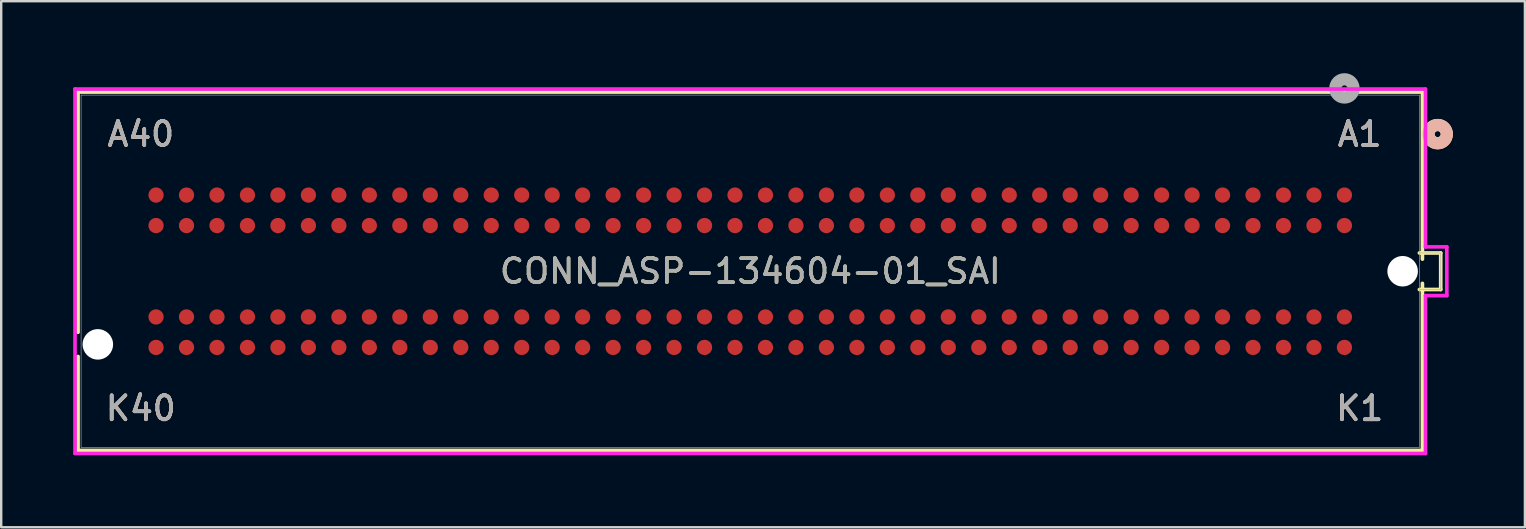
<source format=kicad_pcb>
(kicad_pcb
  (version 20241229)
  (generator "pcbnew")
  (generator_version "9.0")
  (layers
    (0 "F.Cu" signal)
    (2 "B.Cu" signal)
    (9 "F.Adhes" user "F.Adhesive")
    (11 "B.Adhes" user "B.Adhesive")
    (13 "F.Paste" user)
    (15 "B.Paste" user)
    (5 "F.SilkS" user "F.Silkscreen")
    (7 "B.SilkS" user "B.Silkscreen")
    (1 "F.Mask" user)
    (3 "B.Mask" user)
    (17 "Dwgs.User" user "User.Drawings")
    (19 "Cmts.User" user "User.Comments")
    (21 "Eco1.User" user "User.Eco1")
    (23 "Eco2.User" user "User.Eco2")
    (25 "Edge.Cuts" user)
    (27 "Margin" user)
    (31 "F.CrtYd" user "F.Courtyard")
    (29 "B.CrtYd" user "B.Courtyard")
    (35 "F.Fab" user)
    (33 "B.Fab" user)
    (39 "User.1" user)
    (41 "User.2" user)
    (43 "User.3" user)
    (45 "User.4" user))
  (footprint "CONN_ASP-134604-01_SAI"
    (layer "F.Cu")
    (at 28.219 8.255)
    (property "Reference" "CONN_ASP-134604-01_SAI" (at 0 0 0) (unlocked yes) (layer "F.SilkS") (effects (font (size 1 1) (thickness 0.15))))
    (attr smd)
    (fp_line (start -28.016 -7.468) (end -28.016 2.543) (stroke (width 0.152) (type solid)) (layer "F.SilkS"))
    (fp_line (start -28.016 3.553) (end -28.016 7.468) (stroke (width 0.152) (type solid)) (layer "F.SilkS"))
    (fp_line (start -28.016 7.468) (end 28.016 7.468) (stroke (width 0.152) (type solid)) (layer "F.SilkS"))
    (fp_line (start 27.889 0.762) (end 28.778 0.762) (stroke (width 0.152) (type solid)) (layer "F.SilkS"))
    (fp_line (start 28.016 -7.468) (end -28.016 -7.468) (stroke (width 0.152) (type solid)) (layer "F.SilkS"))
    (fp_line (start 28.016 -0.505) (end 28.016 -7.468) (stroke (width 0.152) (type solid)) (layer "F.SilkS"))
    (fp_line (start 28.016 7.468) (end 28.016 0.505) (stroke (width 0.152) (type solid)) (layer "F.SilkS"))
    (fp_line (start 28.778 -0.762) (end 27.889 -0.762) (stroke (width 0.152) (type solid)) (layer "F.SilkS"))
    (fp_line (start 28.778 0.762) (end 28.778 -0.762) (stroke (width 0.152) (type solid)) (layer "F.SilkS"))
    (fp_circle (center 28.651 -5.715) (end 29.032 -5.715) (stroke (width 0.508) (type solid)) (fill no) (layer "F.SilkS"))
    (fp_circle (center 28.651 -5.715) (end 29.032 -5.715) (stroke (width 0.508) (type solid)) (fill no) (layer "B.SilkS"))
    (fp_line (start -28.143 -7.595) (end -28.143 7.595) (stroke (width 0.152) (type solid)) (layer "F.CrtYd"))
    (fp_line (start -28.143 7.595) (end 28.143 7.595) (stroke (width 0.152) (type solid)) (layer "F.CrtYd"))
    (fp_line (start 28.143 -7.595) (end -28.143 -7.595) (stroke (width 0.152) (type solid)) (layer "F.CrtYd"))
    (fp_line (start 28.143 -1.016) (end 28.143 -7.595) (stroke (width 0.152) (type solid)) (layer "F.CrtYd"))
    (fp_line (start 28.143 1.016) (end 29.032 1.016) (stroke (width 0.152) (type solid)) (layer "F.CrtYd"))
    (fp_line (start 28.143 7.595) (end 28.143 1.016) (stroke (width 0.152) (type solid)) (layer "F.CrtYd"))
    (fp_line (start 29.032 -1.016) (end 28.143 -1.016) (stroke (width 0.152) (type solid)) (layer "F.CrtYd"))
    (fp_line (start 29.032 1.016) (end 29.032 -1.016) (stroke (width 0.152) (type solid)) (layer "F.CrtYd"))
    (fp_line (start -27.889 -7.341) (end -27.889 7.341) (stroke (width 0.025) (type solid)) (layer "F.Fab"))
    (fp_line (start -27.889 7.341) (end 27.889 7.341) (stroke (width 0.025) (type solid)) (layer "F.Fab"))
    (fp_line (start 27.889 -7.341) (end -27.889 -7.341) (stroke (width 0.025) (type solid)) (layer "F.Fab"))
    (fp_line (start 27.889 0.762) (end 28.778 0.762) (stroke (width 0.025) (type solid)) (layer "F.Fab"))
    (fp_line (start 27.889 7.341) (end 27.889 -7.341) (stroke (width 0.025) (type solid)) (layer "F.Fab"))
    (fp_line (start 28.778 -0.762) (end 27.889 -0.762) (stroke (width 0.025) (type solid)) (layer "F.Fab"))
    (fp_line (start 28.778 0.762) (end 28.778 -0.762) (stroke (width 0.025) (type solid)) (layer "F.Fab"))
    (fp_circle (center 24.765 -7.62) (end 25.146 -7.62) (stroke (width 0.508) (type solid)) (fill no) (layer "F.Fab"))
    (fp_text user "A40" (at -25.4 -5.715 0) (unlocked yes) (layer "F.SilkS") (effects (font (size 1 1) (thickness 0.15))))
    (fp_text user "K1" (at 25.4 5.715 0) (unlocked yes) (layer "F.SilkS") (effects (font (size 1 1) (thickness 0.15))))
    (fp_text user "K40" (at -25.4 5.715 0) (unlocked yes) (layer "F.SilkS") (effects (font (size 1 1) (thickness 0.15))))
    (fp_text user "A1" (at 25.4 -5.715 0) (unlocked yes) (layer "F.SilkS") (effects (font (size 1 1) (thickness 0.15))))
    (fp_text user "K40" (at -25.4 5.715 0) (unlocked yes) (layer "B.SilkS") (effects (font (size 1 1) (thickness 0.15))))
    (fp_text user "A1" (at 25.4 -5.715 0) (unlocked yes) (layer "B.SilkS") (effects (font (size 1 1) (thickness 0.15))))
    (fp_text user "K1" (at 25.4 5.715 0) (unlocked yes) (layer "B.SilkS") (effects (font (size 1 1) (thickness 0.15))))
    (fp_text user "A40" (at -25.4 -5.715 0) (unlocked yes) (layer "B.SilkS") (effects (font (size 1 1) (thickness 0.15))))
    (fp_text user "${REFERENCE}" (at 0 0 0) (unlocked yes) (layer "F.Fab") (effects (font (size 1 1) (thickness 0.15))))
    (fp_text user "K40" (at -25.4 5.715 0) (unlocked yes) (layer "F.Fab") (effects (font (size 1 1) (thickness 0.15))))
    (fp_text user "A40" (at -25.4 -5.715 0) (unlocked yes) (layer "F.Fab") (effects (font (size 1 1) (thickness 0.15))))
    (fp_text user "A1" (at 25.4 -5.715 0) (unlocked yes) (layer "F.Fab") (effects (font (size 1 1) (thickness 0.15))))
    (fp_text user "K1" (at 25.4 5.715 0) (unlocked yes) (layer "F.Fab") (effects (font (size 1 1) (thickness 0.15))))
    (pad "" np_thru_hole circle (at -27.191 3.048) (size 1.27 1.27) (drill 1.27) (layers "*.Cu" "*.Mask"))
    (pad "" np_thru_hole circle (at 27.191 0) (size 1.27 1.27) (drill 1.27) (layers "*.Cu" "*.Mask"))
    (pad "C1" smd circle (at 24.765 -3.175) (size 0.635 0.635) (layers "F.Cu" "F.Mask" "F.Paste"))
    (pad "C2" smd circle (at 23.495 -3.175) (size 0.635 0.635) (layers "F.Cu" "F.Mask" "F.Paste"))
    (pad "C3" smd circle (at 22.225 -3.175) (size 0.635 0.635) (layers "F.Cu" "F.Mask" "F.Paste"))
    (pad "C4" smd circle (at 20.955 -3.175) (size 0.635 0.635) (layers "F.Cu" "F.Mask" "F.Paste"))
    (pad "C5" smd circle (at 19.685 -3.175) (size 0.635 0.635) (layers "F.Cu" "F.Mask" "F.Paste"))
    (pad "C6" smd circle (at 18.415 -3.175) (size 0.635 0.635) (layers "F.Cu" "F.Mask" "F.Paste"))
    (pad "C7" smd circle (at 17.145 -3.175) (size 0.635 0.635) (layers "F.Cu" "F.Mask" "F.Paste"))
    (pad "C8" smd circle (at 15.875 -3.175) (size 0.635 0.635) (layers "F.Cu" "F.Mask" "F.Paste"))
    (pad "C9" smd circle (at 14.605 -3.175) (size 0.635 0.635) (layers "F.Cu" "F.Mask" "F.Paste"))
    (pad "C10" smd circle (at 13.335 -3.175) (size 0.635 0.635) (layers "F.Cu" "F.Mask" "F.Paste"))
    (pad "C11" smd circle (at 12.065 -3.175) (size 0.635 0.635) (layers "F.Cu" "F.Mask" "F.Paste"))
    (pad "C12" smd circle (at 10.795 -3.175) (size 0.635 0.635) (layers "F.Cu" "F.Mask" "F.Paste"))
    (pad "C13" smd circle (at 9.525 -3.175) (size 0.635 0.635) (layers "F.Cu" "F.Mask" "F.Paste"))
    (pad "C14" smd circle (at 8.255 -3.175) (size 0.635 0.635) (layers "F.Cu" "F.Mask" "F.Paste"))
    (pad "C15" smd circle (at 6.985 -3.175) (size 0.635 0.635) (layers "F.Cu" "F.Mask" "F.Paste"))
    (pad "C16" smd circle (at 5.715 -3.175) (size 0.635 0.635) (layers "F.Cu" "F.Mask" "F.Paste"))
    (pad "C17" smd circle (at 4.445 -3.175) (size 0.635 0.635) (layers "F.Cu" "F.Mask" "F.Paste"))
    (pad "C18" smd circle (at 3.175 -3.175) (size 0.635 0.635) (layers "F.Cu" "F.Mask" "F.Paste"))
    (pad "C19" smd circle (at 1.905 -3.175) (size 0.635 0.635) (layers "F.Cu" "F.Mask" "F.Paste"))
    (pad "C20" smd circle (at 0.635 -3.175) (size 0.635 0.635) (layers "F.Cu" "F.Mask" "F.Paste"))
    (pad "C21" smd circle (at -0.635 -3.175) (size 0.635 0.635) (layers "F.Cu" "F.Mask" "F.Paste"))
    (pad "C22" smd circle (at -1.905 -3.175) (size 0.635 0.635) (layers "F.Cu" "F.Mask" "F.Paste"))
    (pad "C23" smd circle (at -3.175 -3.175) (size 0.635 0.635) (layers "F.Cu" "F.Mask" "F.Paste"))
    (pad "C24" smd circle (at -4.445 -3.175) (size 0.635 0.635) (layers "F.Cu" "F.Mask" "F.Paste"))
    (pad "C25" smd circle (at -5.715 -3.175) (size 0.635 0.635) (layers "F.Cu" "F.Mask" "F.Paste"))
    (pad "C26" smd circle (at -6.985 -3.175) (size 0.635 0.635) (layers "F.Cu" "F.Mask" "F.Paste"))
    (pad "C27" smd circle (at -8.255 -3.175) (size 0.635 0.635) (layers "F.Cu" "F.Mask" "F.Paste"))
    (pad "C28" smd circle (at -9.525 -3.175) (size 0.635 0.635) (layers "F.Cu" "F.Mask" "F.Paste"))
    (pad "C29" smd circle (at -10.795 -3.175) (size 0.635 0.635) (layers "F.Cu" "F.Mask" "F.Paste"))
    (pad "C30" smd circle (at -12.065 -3.175) (size 0.635 0.635) (layers "F.Cu" "F.Mask" "F.Paste"))
    (pad "C31" smd circle (at -13.335 -3.175) (size 0.635 0.635) (layers "F.Cu" "F.Mask" "F.Paste"))
    (pad "C32" smd circle (at -14.605 -3.175) (size 0.635 0.635) (layers "F.Cu" "F.Mask" "F.Paste"))
    (pad "C33" smd circle (at -15.875 -3.175) (size 0.635 0.635) (layers "F.Cu" "F.Mask" "F.Paste"))
    (pad "C34" smd circle (at -17.145 -3.175) (size 0.635 0.635) (layers "F.Cu" "F.Mask" "F.Paste"))
    (pad "C35" smd circle (at -18.415 -3.175) (size 0.635 0.635) (layers "F.Cu" "F.Mask" "F.Paste"))
    (pad "C36" smd circle (at -19.685 -3.175) (size 0.635 0.635) (layers "F.Cu" "F.Mask" "F.Paste"))
    (pad "C37" smd circle (at -20.955 -3.175) (size 0.635 0.635) (layers "F.Cu" "F.Mask" "F.Paste"))
    (pad "C38" smd circle (at -22.225 -3.175) (size 0.635 0.635) (layers "F.Cu" "F.Mask" "F.Paste"))
    (pad "C39" smd circle (at -23.495 -3.175) (size 0.635 0.635) (layers "F.Cu" "F.Mask" "F.Paste"))
    (pad "C40" smd circle (at -24.765 -3.175) (size 0.635 0.635) (layers "F.Cu" "F.Mask" "F.Paste"))
    (pad "D1" smd circle (at 24.765 -1.905) (size 0.635 0.635) (layers "F.Cu" "F.Mask" "F.Paste"))
    (pad "D2" smd circle (at 23.495 -1.905) (size 0.635 0.635) (layers "F.Cu" "F.Mask" "F.Paste"))
    (pad "D3" smd circle (at 22.225 -1.905) (size 0.635 0.635) (layers "F.Cu" "F.Mask" "F.Paste"))
    (pad "D4" smd circle (at 20.955 -1.905) (size 0.635 0.635) (layers "F.Cu" "F.Mask" "F.Paste"))
    (pad "D5" smd circle (at 19.685 -1.905) (size 0.635 0.635) (layers "F.Cu" "F.Mask" "F.Paste"))
    (pad "D6" smd circle (at 18.415 -1.905) (size 0.635 0.635) (layers "F.Cu" "F.Mask" "F.Paste"))
    (pad "D7" smd circle (at 17.145 -1.905) (size 0.635 0.635) (layers "F.Cu" "F.Mask" "F.Paste"))
    (pad "D8" smd circle (at 15.875 -1.905) (size 0.635 0.635) (layers "F.Cu" "F.Mask" "F.Paste"))
    (pad "D9" smd circle (at 14.605 -1.905) (size 0.635 0.635) (layers "F.Cu" "F.Mask" "F.Paste"))
    (pad "D10" smd circle (at 13.335 -1.905) (size 0.635 0.635) (layers "F.Cu" "F.Mask" "F.Paste"))
    (pad "D11" smd circle (at 12.065 -1.905) (size 0.635 0.635) (layers "F.Cu" "F.Mask" "F.Paste"))
    (pad "D12" smd circle (at 10.795 -1.905) (size 0.635 0.635) (layers "F.Cu" "F.Mask" "F.Paste"))
    (pad "D13" smd circle (at 9.525 -1.905) (size 0.635 0.635) (layers "F.Cu" "F.Mask" "F.Paste"))
    (pad "D14" smd circle (at 8.255 -1.905) (size 0.635 0.635) (layers "F.Cu" "F.Mask" "F.Paste"))
    (pad "D15" smd circle (at 6.985 -1.905) (size 0.635 0.635) (layers "F.Cu" "F.Mask" "F.Paste"))
    (pad "D16" smd circle (at 5.715 -1.905) (size 0.635 0.635) (layers "F.Cu" "F.Mask" "F.Paste"))
    (pad "D17" smd circle (at 4.445 -1.905) (size 0.635 0.635) (layers "F.Cu" "F.Mask" "F.Paste"))
    (pad "D18" smd circle (at 3.175 -1.905) (size 0.635 0.635) (layers "F.Cu" "F.Mask" "F.Paste"))
    (pad "D19" smd circle (at 1.905 -1.905) (size 0.635 0.635) (layers "F.Cu" "F.Mask" "F.Paste"))
    (pad "D20" smd circle (at 0.635 -1.905) (size 0.635 0.635) (layers "F.Cu" "F.Mask" "F.Paste"))
    (pad "D21" smd circle (at -0.635 -1.905) (size 0.635 0.635) (layers "F.Cu" "F.Mask" "F.Paste"))
    (pad "D22" smd circle (at -1.905 -1.905) (size 0.635 0.635) (layers "F.Cu" "F.Mask" "F.Paste"))
    (pad "D23" smd circle (at -3.175 -1.905) (size 0.635 0.635) (layers "F.Cu" "F.Mask" "F.Paste"))
    (pad "D24" smd circle (at -4.445 -1.905) (size 0.635 0.635) (layers "F.Cu" "F.Mask" "F.Paste"))
    (pad "D25" smd circle (at -5.715 -1.905) (size 0.635 0.635) (layers "F.Cu" "F.Mask" "F.Paste"))
    (pad "D26" smd circle (at -6.985 -1.905) (size 0.635 0.635) (layers "F.Cu" "F.Mask" "F.Paste"))
    (pad "D27" smd circle (at -8.255 -1.905) (size 0.635 0.635) (layers "F.Cu" "F.Mask" "F.Paste"))
    (pad "D28" smd circle (at -9.525 -1.905) (size 0.635 0.635) (layers "F.Cu" "F.Mask" "F.Paste"))
    (pad "D29" smd circle (at -10.795 -1.905) (size 0.635 0.635) (layers "F.Cu" "F.Mask" "F.Paste"))
    (pad "D30" smd circle (at -12.065 -1.905) (size 0.635 0.635) (layers "F.Cu" "F.Mask" "F.Paste"))
    (pad "D31" smd circle (at -13.335 -1.905) (size 0.635 0.635) (layers "F.Cu" "F.Mask" "F.Paste"))
    (pad "D32" smd circle (at -14.605 -1.905) (size 0.635 0.635) (layers "F.Cu" "F.Mask" "F.Paste"))
    (pad "D33" smd circle (at -15.875 -1.905) (size 0.635 0.635) (layers "F.Cu" "F.Mask" "F.Paste"))
    (pad "D34" smd circle (at -17.145 -1.905) (size 0.635 0.635) (layers "F.Cu" "F.Mask" "F.Paste"))
    (pad "D35" smd circle (at -18.415 -1.905) (size 0.635 0.635) (layers "F.Cu" "F.Mask" "F.Paste"))
    (pad "D36" smd circle (at -19.685 -1.905) (size 0.635 0.635) (layers "F.Cu" "F.Mask" "F.Paste"))
    (pad "D37" smd circle (at -20.955 -1.905) (size 0.635 0.635) (layers "F.Cu" "F.Mask" "F.Paste"))
    (pad "D38" smd circle (at -22.225 -1.905) (size 0.635 0.635) (layers "F.Cu" "F.Mask" "F.Paste"))
    (pad "D39" smd circle (at -23.495 -1.905) (size 0.635 0.635) (layers "F.Cu" "F.Mask" "F.Paste"))
    (pad "D40" smd circle (at -24.765 -1.905) (size 0.635 0.635) (layers "F.Cu" "F.Mask" "F.Paste"))
    (pad "G1" smd circle (at 24.765 1.905) (size 0.635 0.635) (layers "F.Cu" "F.Mask" "F.Paste"))
    (pad "G2" smd circle (at 23.495 1.905) (size 0.635 0.635) (layers "F.Cu" "F.Mask" "F.Paste"))
    (pad "G3" smd circle (at 22.225 1.905) (size 0.635 0.635) (layers "F.Cu" "F.Mask" "F.Paste"))
    (pad "G4" smd circle (at 20.955 1.905) (size 0.635 0.635) (layers "F.Cu" "F.Mask" "F.Paste"))
    (pad "G5" smd circle (at 19.685 1.905) (size 0.635 0.635) (layers "F.Cu" "F.Mask" "F.Paste"))
    (pad "G6" smd circle (at 18.415 1.905) (size 0.635 0.635) (layers "F.Cu" "F.Mask" "F.Paste"))
    (pad "G7" smd circle (at 17.145 1.905) (size 0.635 0.635) (layers "F.Cu" "F.Mask" "F.Paste"))
    (pad "G8" smd circle (at 15.875 1.905) (size 0.635 0.635) (layers "F.Cu" "F.Mask" "F.Paste"))
    (pad "G9" smd circle (at 14.605 1.905) (size 0.635 0.635) (layers "F.Cu" "F.Mask" "F.Paste"))
    (pad "G10" smd circle (at 13.335 1.905) (size 0.635 0.635) (layers "F.Cu" "F.Mask" "F.Paste"))
    (pad "G11" smd circle (at 12.065 1.905) (size 0.635 0.635) (layers "F.Cu" "F.Mask" "F.Paste"))
    (pad "G12" smd circle (at 10.795 1.905) (size 0.635 0.635) (layers "F.Cu" "F.Mask" "F.Paste"))
    (pad "G13" smd circle (at 9.525 1.905) (size 0.635 0.635) (layers "F.Cu" "F.Mask" "F.Paste"))
    (pad "G14" smd circle (at 8.255 1.905) (size 0.635 0.635) (layers "F.Cu" "F.Mask" "F.Paste"))
    (pad "G15" smd circle (at 6.985 1.905) (size 0.635 0.635) (layers "F.Cu" "F.Mask" "F.Paste"))
    (pad "G16" smd circle (at 5.715 1.905) (size 0.635 0.635) (layers "F.Cu" "F.Mask" "F.Paste"))
    (pad "G17" smd circle (at 4.445 1.905) (size 0.635 0.635) (layers "F.Cu" "F.Mask" "F.Paste"))
    (pad "G18" smd circle (at 3.175 1.905) (size 0.635 0.635) (layers "F.Cu" "F.Mask" "F.Paste"))
    (pad "G19" smd circle (at 1.905 1.905) (size 0.635 0.635) (layers "F.Cu" "F.Mask" "F.Paste"))
    (pad "G20" smd circle (at 0.635 1.905) (size 0.635 0.635) (layers "F.Cu" "F.Mask" "F.Paste"))
    (pad "G21" smd circle (at -0.635 1.905) (size 0.635 0.635) (layers "F.Cu" "F.Mask" "F.Paste"))
    (pad "G22" smd circle (at -1.905 1.905) (size 0.635 0.635) (layers "F.Cu" "F.Mask" "F.Paste"))
    (pad "G23" smd circle (at -3.175 1.905) (size 0.635 0.635) (layers "F.Cu" "F.Mask" "F.Paste"))
    (pad "G24" smd circle (at -4.445 1.905) (size 0.635 0.635) (layers "F.Cu" "F.Mask" "F.Paste"))
    (pad "G25" smd circle (at -5.715 1.905) (size 0.635 0.635) (layers "F.Cu" "F.Mask" "F.Paste"))
    (pad "G26" smd circle (at -6.985 1.905) (size 0.635 0.635) (layers "F.Cu" "F.Mask" "F.Paste"))
    (pad "G27" smd circle (at -8.255 1.905) (size 0.635 0.635) (layers "F.Cu" "F.Mask" "F.Paste"))
    (pad "G28" smd circle (at -9.525 1.905) (size 0.635 0.635) (layers "F.Cu" "F.Mask" "F.Paste"))
    (pad "G29" smd circle (at -10.795 1.905) (size 0.635 0.635) (layers "F.Cu" "F.Mask" "F.Paste"))
    (pad "G30" smd circle (at -12.065 1.905) (size 0.635 0.635) (layers "F.Cu" "F.Mask" "F.Paste"))
    (pad "G31" smd circle (at -13.335 1.905) (size 0.635 0.635) (layers "F.Cu" "F.Mask" "F.Paste"))
    (pad "G32" smd circle (at -14.605 1.905) (size 0.635 0.635) (layers "F.Cu" "F.Mask" "F.Paste"))
    (pad "G33" smd circle (at -15.875 1.905) (size 0.635 0.635) (layers "F.Cu" "F.Mask" "F.Paste"))
    (pad "G34" smd circle (at -17.145 1.905) (size 0.635 0.635) (layers "F.Cu" "F.Mask" "F.Paste"))
    (pad "G35" smd circle (at -18.415 1.905) (size 0.635 0.635) (layers "F.Cu" "F.Mask" "F.Paste"))
    (pad "G36" smd circle (at -19.685 1.905) (size 0.635 0.635) (layers "F.Cu" "F.Mask" "F.Paste"))
    (pad "G37" smd circle (at -20.955 1.905) (size 0.635 0.635) (layers "F.Cu" "F.Mask" "F.Paste"))
    (pad "G38" smd circle (at -22.225 1.905) (size 0.635 0.635) (layers "F.Cu" "F.Mask" "F.Paste"))
    (pad "G39" smd circle (at -23.495 1.905) (size 0.635 0.635) (layers "F.Cu" "F.Mask" "F.Paste"))
    (pad "G40" smd circle (at -24.765 1.905) (size 0.635 0.635) (layers "F.Cu" "F.Mask" "F.Paste"))
    (pad "H1" smd circle (at 24.765 3.175) (size 0.635 0.635) (layers "F.Cu" "F.Mask" "F.Paste"))
    (pad "H2" smd circle (at 23.495 3.175) (size 0.635 0.635) (layers "F.Cu" "F.Mask" "F.Paste"))
    (pad "H3" smd circle (at 22.225 3.175) (size 0.635 0.635) (layers "F.Cu" "F.Mask" "F.Paste"))
    (pad "H4" smd circle (at 20.955 3.175) (size 0.635 0.635) (layers "F.Cu" "F.Mask" "F.Paste"))
    (pad "H5" smd circle (at 19.685 3.175) (size 0.635 0.635) (layers "F.Cu" "F.Mask" "F.Paste"))
    (pad "H6" smd circle (at 18.415 3.175) (size 0.635 0.635) (layers "F.Cu" "F.Mask" "F.Paste"))
    (pad "H7" smd circle (at 17.145 3.175) (size 0.635 0.635) (layers "F.Cu" "F.Mask" "F.Paste"))
    (pad "H8" smd circle (at 15.875 3.175) (size 0.635 0.635) (layers "F.Cu" "F.Mask" "F.Paste"))
    (pad "H9" smd circle (at 14.605 3.175) (size 0.635 0.635) (layers "F.Cu" "F.Mask" "F.Paste"))
    (pad "H10" smd circle (at 13.335 3.175) (size 0.635 0.635) (layers "F.Cu" "F.Mask" "F.Paste"))
    (pad "H11" smd circle (at 12.065 3.175) (size 0.635 0.635) (layers "F.Cu" "F.Mask" "F.Paste"))
    (pad "H12" smd circle (at 10.795 3.175) (size 0.635 0.635) (layers "F.Cu" "F.Mask" "F.Paste"))
    (pad "H13" smd circle (at 9.525 3.175) (size 0.635 0.635) (layers "F.Cu" "F.Mask" "F.Paste"))
    (pad "H14" smd circle (at 8.255 3.175) (size 0.635 0.635) (layers "F.Cu" "F.Mask" "F.Paste"))
    (pad "H15" smd circle (at 6.985 3.175) (size 0.635 0.635) (layers "F.Cu" "F.Mask" "F.Paste"))
    (pad "H16" smd circle (at 5.715 3.175) (size 0.635 0.635) (layers "F.Cu" "F.Mask" "F.Paste"))
    (pad "H17" smd circle (at 4.445 3.175) (size 0.635 0.635) (layers "F.Cu" "F.Mask" "F.Paste"))
    (pad "H18" smd circle (at 3.175 3.175) (size 0.635 0.635) (layers "F.Cu" "F.Mask" "F.Paste"))
    (pad "H19" smd circle (at 1.905 3.175) (size 0.635 0.635) (layers "F.Cu" "F.Mask" "F.Paste"))
    (pad "H20" smd circle (at 0.635 3.175) (size 0.635 0.635) (layers "F.Cu" "F.Mask" "F.Paste"))
    (pad "H21" smd circle (at -0.635 3.175) (size 0.635 0.635) (layers "F.Cu" "F.Mask" "F.Paste"))
    (pad "H22" smd circle (at -1.905 3.175) (size 0.635 0.635) (layers "F.Cu" "F.Mask" "F.Paste"))
    (pad "H23" smd circle (at -3.175 3.175) (size 0.635 0.635) (layers "F.Cu" "F.Mask" "F.Paste"))
    (pad "H24" smd circle (at -4.445 3.175) (size 0.635 0.635) (layers "F.Cu" "F.Mask" "F.Paste"))
    (pad "H25" smd circle (at -5.715 3.175) (size 0.635 0.635) (layers "F.Cu" "F.Mask" "F.Paste"))
    (pad "H26" smd circle (at -6.985 3.175) (size 0.635 0.635) (layers "F.Cu" "F.Mask" "F.Paste"))
    (pad "H27" smd circle (at -8.255 3.175) (size 0.635 0.635) (layers "F.Cu" "F.Mask" "F.Paste"))
    (pad "H28" smd circle (at -9.525 3.175) (size 0.635 0.635) (layers "F.Cu" "F.Mask" "F.Paste"))
    (pad "H29" smd circle (at -10.795 3.175) (size 0.635 0.635) (layers "F.Cu" "F.Mask" "F.Paste"))
    (pad "H30" smd circle (at -12.065 3.175) (size 0.635 0.635) (layers "F.Cu" "F.Mask" "F.Paste"))
    (pad "H31" smd circle (at -13.335 3.175) (size 0.635 0.635) (layers "F.Cu" "F.Mask" "F.Paste"))
    (pad "H32" smd circle (at -14.605 3.175) (size 0.635 0.635) (layers "F.Cu" "F.Mask" "F.Paste"))
    (pad "H33" smd circle (at -15.875 3.175) (size 0.635 0.635) (layers "F.Cu" "F.Mask" "F.Paste"))
    (pad "H34" smd circle (at -17.145 3.175) (size 0.635 0.635) (layers "F.Cu" "F.Mask" "F.Paste"))
    (pad "H35" smd circle (at -18.415 3.175) (size 0.635 0.635) (layers "F.Cu" "F.Mask" "F.Paste"))
    (pad "H36" smd circle (at -19.685 3.175) (size 0.635 0.635) (layers "F.Cu" "F.Mask" "F.Paste"))
    (pad "H37" smd circle (at -20.955 3.175) (size 0.635 0.635) (layers "F.Cu" "F.Mask" "F.Paste"))
    (pad "H38" smd circle (at -22.225 3.175) (size 0.635 0.635) (layers "F.Cu" "F.Mask" "F.Paste"))
    (pad "H39" smd circle (at -23.495 3.175) (size 0.635 0.635) (layers "F.Cu" "F.Mask" "F.Paste"))
    (pad "H40" smd circle (at -24.765 3.175) (size 0.635 0.635) (layers "F.Cu" "F.Mask" "F.Paste")))
  (gr_rect
    (start -3 -3)
    (end 60.506 18.926)
    (stroke (width 0.1) (type default))
    (fill no)
    (layer "Edge.Cuts")))
</source>
